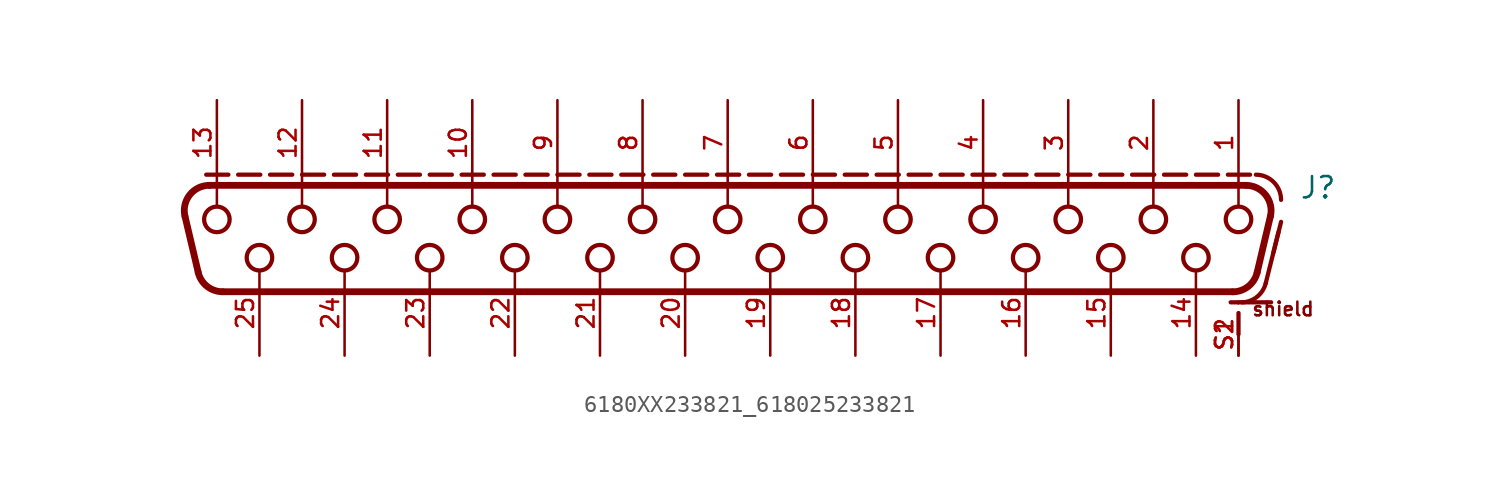
<source format=kicad_sym>
(kicad_symbol_lib
  (version 20241209)
  (generator "kicad_symbol_editor")
  (generator_version "9.0")
  (symbol "6180XX233821_618025233821"
    (pin_names
      (offset 1.016))
    (property "Reference" "J"
      (at 34.1 1.66 0)
      (effects (font (size 1.27 1.27)) (justify left bottom)))
    (symbol "6180XX233821_618025233821_0_0"
      (polyline (pts (xy -31.593 -2.655) (xy -32.384 0.695)) (stroke (width 0.406) (type default)) (fill (type none)))
      (polyline (pts (xy -31.115 3.175) (xy -29.793 3.175)) (stroke (width 0.254) (type default)) (fill (type none)))
      (polyline (pts (xy -30.924 2.54) (xy 30.924 2.54)) (stroke (width 0.406) (type default)) (fill (type none)))
      (arc (start -32.3842 0.6952) (mid -32.1006 1.9708) (end -30.9244 2.54) (stroke (width 0.4064) (type default)) (fill (type none)))
      (polyline (pts (xy -30.48 2.58) (xy -30.48 1.3)) (stroke (width 0.152) (type default)) (fill (type none)))
      (circle (center -30.48 0.508) (radius 0.762) (stroke (width 0.254) (type default)) (fill (type none)))
      (arc (start -30.1331 -3.81) (mid -31.0639 -3.4863) (end -31.5929 -2.6548) (stroke (width 0.4064) (type default)) (fill (type none)))
      (polyline (pts (xy -29.21 3.175) (xy -27.888 3.175)) (stroke (width 0.254) (type default)) (fill (type none)))
      (circle (center -27.94 -1.778) (radius 0.762) (stroke (width 0.254) (type default)) (fill (type none)))
      (polyline (pts (xy -27.305 3.175) (xy -25.983 3.175)) (stroke (width 0.254) (type default)) (fill (type none)))
      (polyline (pts (xy -25.4 3.175) (xy -24.078 3.175)) (stroke (width 0.254) (type default)) (fill (type none)))
      (polyline (pts (xy -25.4 2.58) (xy -25.4 1.3)) (stroke (width 0.152) (type default)) (fill (type none)))
      (circle (center -25.4 0.508) (radius 0.762) (stroke (width 0.254) (type default)) (fill (type none)))
      (polyline (pts (xy -23.495 3.175) (xy -22.173 3.175)) (stroke (width 0.254) (type default)) (fill (type none)))
      (circle (center -22.86 -1.778) (radius 0.762) (stroke (width 0.254) (type default)) (fill (type none)))
      (polyline (pts (xy -21.59 3.175) (xy -20.268 3.175)) (stroke (width 0.254) (type default)) (fill (type none)))
      (polyline (pts (xy -20.32 2.58) (xy -20.32 1.3)) (stroke (width 0.152) (type default)) (fill (type none)))
      (circle (center -20.32 0.508) (radius 0.762) (stroke (width 0.254) (type default)) (fill (type none)))
      (polyline (pts (xy -19.685 3.175) (xy -18.363 3.175)) (stroke (width 0.254) (type default)) (fill (type none)))
      (polyline (pts (xy -17.78 3.175) (xy -16.458 3.175)) (stroke (width 0.254) (type default)) (fill (type none)))
      (circle (center -17.78 -1.778) (radius 0.762) (stroke (width 0.254) (type default)) (fill (type none)))
      (polyline (pts (xy -15.875 3.175) (xy -14.553 3.175)) (stroke (width 0.254) (type default)) (fill (type none)))
      (polyline (pts (xy -15.24 2.58) (xy -15.24 1.3)) (stroke (width 0.152) (type default)) (fill (type none)))
      (circle (center -15.24 0.508) (radius 0.762) (stroke (width 0.254) (type default)) (fill (type none)))
      (polyline (pts (xy -13.97 3.175) (xy -12.648 3.175)) (stroke (width 0.254) (type default)) (fill (type none)))
      (circle (center -12.7 -1.778) (radius 0.762) (stroke (width 0.254) (type default)) (fill (type none)))
      (polyline (pts (xy -12.065 3.175) (xy -10.743 3.175)) (stroke (width 0.254) (type default)) (fill (type none)))
      (polyline (pts (xy -10.16 3.175) (xy -8.838 3.175)) (stroke (width 0.254) (type default)) (fill (type none)))
      (polyline (pts (xy -10.16 2.58) (xy -10.16 1.3)) (stroke (width 0.152) (type default)) (fill (type none)))
      (circle (center -10.16 0.508) (radius 0.762) (stroke (width 0.254) (type default)) (fill (type none)))
      (polyline (pts (xy -8.255 3.175) (xy -6.933 3.175)) (stroke (width 0.254) (type default)) (fill (type none)))
      (circle (center -7.62 -1.778) (radius 0.762) (stroke (width 0.254) (type default)) (fill (type none)))
      (polyline (pts (xy -6.35 3.175) (xy -5.028 3.175)) (stroke (width 0.254) (type default)) (fill (type none)))
      (polyline (pts (xy -5.08 2.58) (xy -5.08 1.3)) (stroke (width 0.152) (type default)) (fill (type none)))
      (circle (center -5.08 0.508) (radius 0.762) (stroke (width 0.254) (type default)) (fill (type none)))
      (polyline (pts (xy -4.445 3.175) (xy -3.123 3.175)) (stroke (width 0.254) (type default)) (fill (type none)))
      (polyline (pts (xy -2.54 3.175) (xy -1.218 3.175)) (stroke (width 0.254) (type default)) (fill (type none)))
      (circle (center -2.54 -1.778) (radius 0.762) (stroke (width 0.254) (type default)) (fill (type none)))
      (polyline (pts (xy -0.635 3.175) (xy 0.687 3.175)) (stroke (width 0.254) (type default)) (fill (type none)))
      (polyline (pts (xy 0 2.58) (xy 0 1.3)) (stroke (width 0.152) (type default)) (fill (type none)))
      (circle (center 0 0.508) (radius 0.762) (stroke (width 0.254) (type default)) (fill (type none)))
      (polyline (pts (xy 1.27 3.175) (xy 2.592 3.175)) (stroke (width 0.254) (type default)) (fill (type none)))
      (circle (center 2.54 -1.778) (radius 0.762) (stroke (width 0.254) (type default)) (fill (type none)))
      (polyline (pts (xy 3.175 3.175) (xy 4.497 3.175)) (stroke (width 0.254) (type default)) (fill (type none)))
      (polyline (pts (xy 5.08 3.175) (xy 6.402 3.175)) (stroke (width 0.254) (type default)) (fill (type none)))
      (polyline (pts (xy 5.08 2.58) (xy 5.08 1.3)) (stroke (width 0.152) (type default)) (fill (type none)))
      (circle (center 5.08 0.508) (radius 0.762) (stroke (width 0.254) (type default)) (fill (type none)))
      (polyline (pts (xy 6.985 3.175) (xy 8.307 3.175)) (stroke (width 0.254) (type default)) (fill (type none)))
      (circle (center 7.62 -1.778) (radius 0.762) (stroke (width 0.254) (type default)) (fill (type none)))
      (polyline (pts (xy 8.89 3.175) (xy 10.212 3.175)) (stroke (width 0.254) (type default)) (fill (type none)))
      (polyline (pts (xy 10.16 2.58) (xy 10.16 1.3)) (stroke (width 0.152) (type default)) (fill (type none)))
      (circle (center 10.16 0.508) (radius 0.762) (stroke (width 0.254) (type default)) (fill (type none)))
      (polyline (pts (xy 10.795 3.175) (xy 12.117 3.175)) (stroke (width 0.254) (type default)) (fill (type none)))
      (polyline (pts (xy 12.7 3.175) (xy 14.022 3.175)) (stroke (width 0.254) (type default)) (fill (type none)))
      (circle (center 12.7 -1.778) (radius 0.762) (stroke (width 0.254) (type default)) (fill (type none)))
      (polyline (pts (xy 14.605 3.175) (xy 15.927 3.175)) (stroke (width 0.254) (type default)) (fill (type none)))
      (polyline (pts (xy 15.24 2.58) (xy 15.24 1.3)) (stroke (width 0.152) (type default)) (fill (type none)))
      (circle (center 15.24 0.508) (radius 0.762) (stroke (width 0.254) (type default)) (fill (type none)))
      (polyline (pts (xy 16.51 3.175) (xy 17.832 3.175)) (stroke (width 0.254) (type default)) (fill (type none)))
      (circle (center 17.78 -1.778) (radius 0.762) (stroke (width 0.254) (type default)) (fill (type none)))
      (polyline (pts (xy 18.415 3.175) (xy 19.737 3.175)) (stroke (width 0.254) (type default)) (fill (type none)))
      (polyline (pts (xy 20.32 3.175) (xy 21.642 3.175)) (stroke (width 0.254) (type default)) (fill (type none)))
      (polyline (pts (xy 20.32 2.58) (xy 20.32 1.3)) (stroke (width 0.152) (type default)) (fill (type none)))
      (circle (center 20.32 0.508) (radius 0.762) (stroke (width 0.254) (type default)) (fill (type none)))
      (polyline (pts (xy 22.225 3.175) (xy 23.547 3.175)) (stroke (width 0.254) (type default)) (fill (type none)))
      (circle (center 22.86 -1.778) (radius 0.762) (stroke (width 0.254) (type default)) (fill (type none)))
      (polyline (pts (xy 24.13 3.175) (xy 25.452 3.175)) (stroke (width 0.254) (type default)) (fill (type none)))
      (polyline (pts (xy 25.4 2.58) (xy 25.4 1.3)) (stroke (width 0.152) (type default)) (fill (type none)))
      (circle (center 25.4 0.508) (radius 0.762) (stroke (width 0.254) (type default)) (fill (type none)))
      (polyline (pts (xy 26.035 3.175) (xy 27.357 3.175)) (stroke (width 0.254) (type default)) (fill (type none)))
      (polyline (pts (xy 27.94 3.175) (xy 29.262 3.175)) (stroke (width 0.254) (type default)) (fill (type none)))
      (circle (center 27.94 -1.778) (radius 0.762) (stroke (width 0.254) (type default)) (fill (type none)))
      (polyline (pts (xy 29.845 3.175) (xy 31.167 3.175)) (stroke (width 0.254) (type default)) (fill (type none)))
      (polyline (pts (xy 30.133 -3.81) (xy -30.133 -3.81)) (stroke (width 0.406) (type default)) (fill (type none)))
      (arc (start 31.5929 -2.6548) (mid 31.0642 -3.4874) (end 30.1331 -3.81) (stroke (width 0.4064) (type default)) (fill (type none)))
      (polyline (pts (xy 30.48 2.58) (xy 30.48 1.3)) (stroke (width 0.152) (type default)) (fill (type none)))
      (circle (center 30.48 0.508) (radius 0.762) (stroke (width 0.254) (type default)) (fill (type none)))
      (polyline (pts (xy 30.48 -4.445) (xy 30.48 -4.445)) (stroke (width 0.254) (type default)) (fill (type none)))
      (polyline (pts (xy 30.48 -6.35) (xy 30.48 -5.08)) (stroke (width 0.254) (type default)) (fill (type none)))
      (polyline (pts (xy 30.52 -4.44) (xy 30.014 -4.44)) (stroke (width 0.254) (type default)) (fill (type none)))
      (arc (start 32.1041 -3.3038) (mid 31.5719 -4.1219) (end 30.6488 -4.44) (stroke (width 0.254) (type default)) (fill (type none)))
      (arc (start 30.9244 2.54) (mid 32.0973 1.9695) (end 32.3842 0.6952) (stroke (width 0.4064) (type default)) (fill (type none)))
      (arc (start 31.52 3.175) (mid 32.5807 2.7357) (end 33.02 1.675) (stroke (width 0.254) (type default)) (fill (type none)))
      (polyline (pts (xy 32.104 -3.304) (xy 32.866 -0.256)) (stroke (width 0.254) (type default)) (fill (type none)))
      (polyline (pts (xy 32.384 0.695) (xy 31.593 -2.655)) (stroke (width 0.406) (type default)) (fill (type none)))
      (polyline (pts (xy 32.425 -4.44) (xy 30.649 -4.44)) (stroke (width 0.254) (type default)) (fill (type none)))
      (polyline (pts (xy 32.566 -1.456) (xy 33.02 0.36)) (stroke (width 0.254) (type default)) (fill (type none)))
      (text "shield" (at 31.22 -5.32 0) (effects (font (size 0.813 0.813)) (justify left bottom)))
      (pin bidirectional line (at -30.48 7.62 270) (length 5.08) (name "~" (effects (font (size 1.016 1.016)))) (number "13" (effects (font (size 1.016 1.016)))))
      (pin bidirectional line (at -27.94 -7.62 90) (length 5.08) (name "~" (effects (font (size 1.016 1.016)))) (number "25" (effects (font (size 1.016 1.016)))))
      (pin bidirectional line (at -25.4 7.62 270) (length 5.08) (name "~" (effects (font (size 1.016 1.016)))) (number "12" (effects (font (size 1.016 1.016)))))
      (pin bidirectional line (at -22.86 -7.62 90) (length 5.08) (name "~" (effects (font (size 1.016 1.016)))) (number "24" (effects (font (size 1.016 1.016)))))
      (pin bidirectional line (at -20.32 7.62 270) (length 5.08) (name "~" (effects (font (size 1.016 1.016)))) (number "11" (effects (font (size 1.016 1.016)))))
      (pin bidirectional line (at -17.78 -7.62 90) (length 5.08) (name "~" (effects (font (size 1.016 1.016)))) (number "23" (effects (font (size 1.016 1.016)))))
      (pin bidirectional line (at -15.24 7.62 270) (length 5.08) (name "~" (effects (font (size 1.016 1.016)))) (number "10" (effects (font (size 1.016 1.016)))))
      (pin bidirectional line (at -12.7 -7.62 90) (length 5.08) (name "~" (effects (font (size 1.016 1.016)))) (number "22" (effects (font (size 1.016 1.016)))))
      (pin bidirectional line (at -10.16 7.62 270) (length 5.08) (name "~" (effects (font (size 1.016 1.016)))) (number "9" (effects (font (size 1.016 1.016)))))
      (pin bidirectional line (at -7.62 -7.62 90) (length 5.08) (name "~" (effects (font (size 1.016 1.016)))) (number "21" (effects (font (size 1.016 1.016)))))
      (pin bidirectional line (at -5.08 7.62 270) (length 5.08) (name "~" (effects (font (size 1.016 1.016)))) (number "8" (effects (font (size 1.016 1.016)))))
      (pin bidirectional line (at -2.54 -7.62 90) (length 5.08) (name "~" (effects (font (size 1.016 1.016)))) (number "20" (effects (font (size 1.016 1.016)))))
      (pin bidirectional line (at 0 7.62 270) (length 5.08) (name "~" (effects (font (size 1.016 1.016)))) (number "7" (effects (font (size 1.016 1.016)))))
      (pin bidirectional line (at 2.54 -7.62 90) (length 5.08) (name "~" (effects (font (size 1.016 1.016)))) (number "19" (effects (font (size 1.016 1.016)))))
      (pin bidirectional line (at 5.08 7.62 270) (length 5.08) (name "~" (effects (font (size 1.016 1.016)))) (number "6" (effects (font (size 1.016 1.016)))))
      (pin bidirectional line (at 7.62 -7.62 90) (length 5.08) (name "~" (effects (font (size 1.016 1.016)))) (number "18" (effects (font (size 1.016 1.016)))))
      (pin bidirectional line (at 10.16 7.62 270) (length 5.08) (name "~" (effects (font (size 1.016 1.016)))) (number "5" (effects (font (size 1.016 1.016)))))
      (pin bidirectional line (at 12.7 -7.62 90) (length 5.08) (name "~" (effects (font (size 1.016 1.016)))) (number "17" (effects (font (size 1.016 1.016)))))
      (pin bidirectional line (at 15.24 7.62 270) (length 5.08) (name "~" (effects (font (size 1.016 1.016)))) (number "4" (effects (font (size 1.016 1.016)))))
      (pin bidirectional line (at 17.78 -7.62 90) (length 5.08) (name "~" (effects (font (size 1.016 1.016)))) (number "16" (effects (font (size 1.016 1.016)))))
      (pin bidirectional line (at 20.32 7.62 270) (length 5.08) (name "~" (effects (font (size 1.016 1.016)))) (number "3" (effects (font (size 1.016 1.016)))))
      (pin bidirectional line (at 22.86 -7.62 90) (length 5.08) (name "~" (effects (font (size 1.016 1.016)))) (number "15" (effects (font (size 1.016 1.016)))))
      (pin bidirectional line (at 25.4 7.62 270) (length 5.08) (name "~" (effects (font (size 1.016 1.016)))) (number "2" (effects (font (size 1.016 1.016)))))
      (pin bidirectional line (at 27.94 -7.62 90) (length 5.08) (name "~" (effects (font (size 1.016 1.016)))) (number "14" (effects (font (size 1.016 1.016)))))
      (pin bidirectional line (at 30.48 7.62 270) (length 5.08) (name "~" (effects (font (size 1.016 1.016)))) (number "1" (effects (font (size 1.016 1.016)))))
      (pin bidirectional line (at 30.48 -7.62 90) (length 2.54) (name "~" (effects (font (size 1.016 1.016)))) (number "S1" (effects (font (size 1.016 1.016)))))
      (pin bidirectional line (at 30.48 -7.62 90) (length 2.54) (name "~" (effects (font (size 1.016 1.016)))) (number "S2" (effects (font (size 1.016 1.016))))))))
</source>
